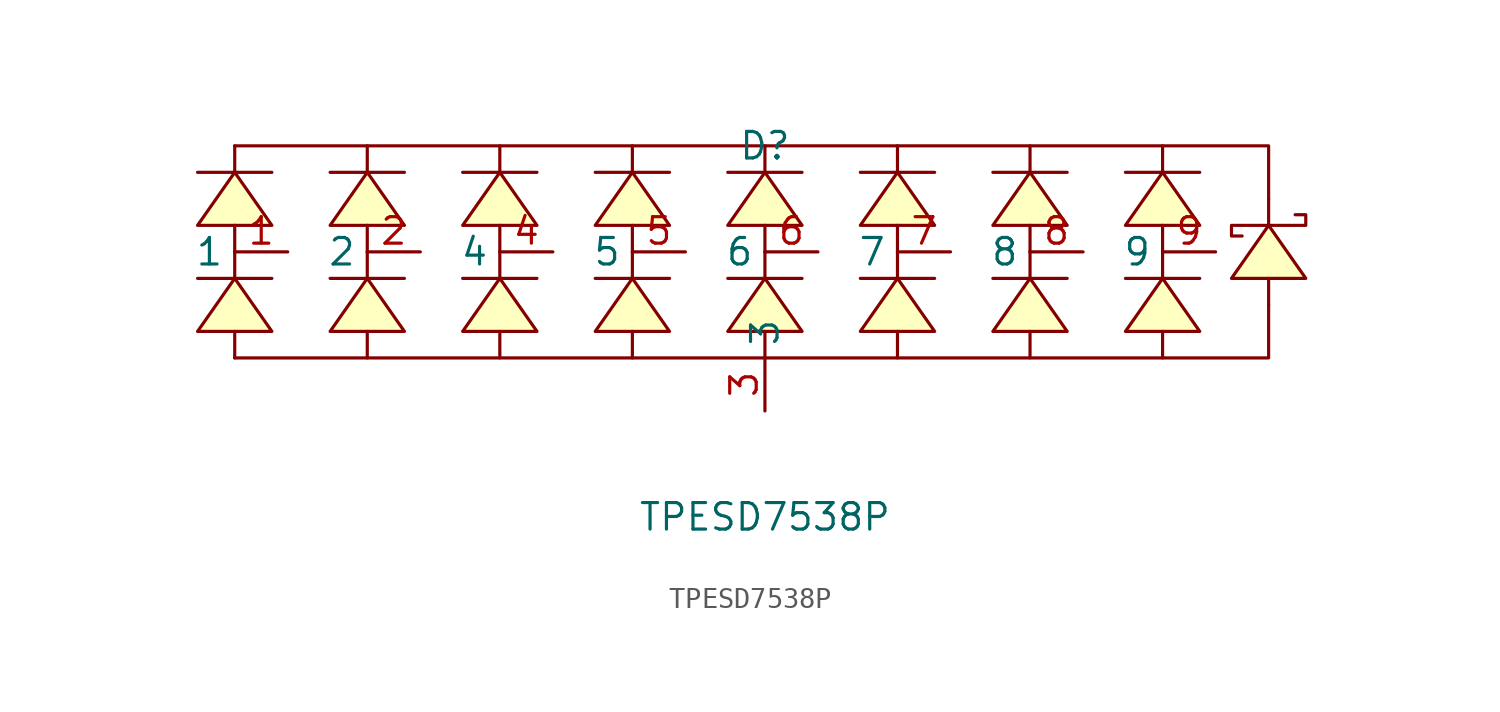
<source format=kicad_sym>
(kicad_symbol_lib
  (version 20220914)
  (generator https://github.com/uPesy/easyeda2kicad.py)
  (symbol "TPESD7538P"
    (property "Reference" "D"
      (at 0 7.62 0)
      (effects (font (size 1.27 1.27))))
    (property "Value" "TPESD7538P"
      (at 0 -10.16 0)
      (effects (font (size 1.27 1.27))))
    (symbol "TPESD7538P_0_1"
      (polyline (pts (xy -27.18 6.35) (xy -23.62 6.35)) (stroke (width 0) (type default)) (fill (type none)))
      (polyline (pts (xy -25.4 -2.54) (xy -25.4 -1.27)) (stroke (width 0) (type default)) (fill (type none)))
      (polyline (pts (xy -25.4 1.27) (xy -25.4 2.54)) (stroke (width 0) (type default)) (fill (type none)))
      (polyline (pts (xy -25.4 3.81) (xy -25.4 2.54)) (stroke (width 0) (type default)) (fill (type none)))
      (polyline (pts (xy -25.4 7.62) (xy -25.4 6.35)) (stroke (width 0) (type default)) (fill (type none)))
      (polyline (pts (xy -23.62 1.27) (xy -27.18 1.27)) (stroke (width 0) (type default)) (fill (type none)))
      (polyline (pts (xy -20.83 6.35) (xy -17.27 6.35)) (stroke (width 0) (type default)) (fill (type none)))
      (polyline (pts (xy -19.05 -2.54) (xy -19.05 -1.27)) (stroke (width 0) (type default)) (fill (type none)))
      (polyline (pts (xy -19.05 1.27) (xy -19.05 2.54)) (stroke (width 0) (type default)) (fill (type none)))
      (polyline (pts (xy -19.05 3.81) (xy -19.05 2.54)) (stroke (width 0) (type default)) (fill (type none)))
      (polyline (pts (xy -19.05 7.62) (xy -19.05 6.35)) (stroke (width 0) (type default)) (fill (type none)))
      (polyline (pts (xy -17.27 1.27) (xy -20.83 1.27)) (stroke (width 0) (type default)) (fill (type none)))
      (polyline (pts (xy -14.48 6.35) (xy -10.92 6.35)) (stroke (width 0) (type default)) (fill (type none)))
      (polyline (pts (xy -12.7 -2.54) (xy -12.7 -1.27)) (stroke (width 0) (type default)) (fill (type none)))
      (polyline (pts (xy -12.7 1.27) (xy -12.7 2.54)) (stroke (width 0) (type default)) (fill (type none)))
      (polyline (pts (xy -12.7 3.81) (xy -12.7 2.54)) (stroke (width 0) (type default)) (fill (type none)))
      (polyline (pts (xy -12.7 7.62) (xy -12.7 6.35)) (stroke (width 0) (type default)) (fill (type none)))
      (polyline (pts (xy -10.92 1.27) (xy -14.48 1.27)) (stroke (width 0) (type default)) (fill (type none)))
      (polyline (pts (xy -8.13 6.35) (xy -4.57 6.35)) (stroke (width 0) (type default)) (fill (type none)))
      (polyline (pts (xy -6.35 -2.54) (xy -6.35 -1.27)) (stroke (width 0) (type default)) (fill (type none)))
      (polyline (pts (xy -6.35 1.27) (xy -6.35 2.54)) (stroke (width 0) (type default)) (fill (type none)))
      (polyline (pts (xy -6.35 3.81) (xy -6.35 2.54)) (stroke (width 0) (type default)) (fill (type none)))
      (polyline (pts (xy -6.35 7.62) (xy -6.35 6.35)) (stroke (width 0) (type default)) (fill (type none)))
      (polyline (pts (xy -4.57 1.27) (xy -8.13 1.27)) (stroke (width 0) (type default)) (fill (type none)))
      (polyline (pts (xy -1.78 6.35) (xy 1.78 6.35)) (stroke (width 0) (type default)) (fill (type none)))
      (polyline (pts (xy 0 -2.54) (xy 0 -1.27)) (stroke (width 0) (type default)) (fill (type none)))
      (polyline (pts (xy 0 1.27) (xy 0 2.54)) (stroke (width 0) (type default)) (fill (type none)))
      (polyline (pts (xy 0 3.81) (xy 0 2.54)) (stroke (width 0) (type default)) (fill (type none)))
      (polyline (pts (xy 0 7.62) (xy 0 6.35)) (stroke (width 0) (type default)) (fill (type none)))
      (polyline (pts (xy 1.78 1.27) (xy -1.78 1.27)) (stroke (width 0) (type default)) (fill (type none)))
      (polyline (pts (xy 4.57 6.35) (xy 8.13 6.35)) (stroke (width 0) (type default)) (fill (type none)))
      (polyline (pts (xy 6.35 -2.54) (xy 6.35 -1.27)) (stroke (width 0) (type default)) (fill (type none)))
      (polyline (pts (xy 6.35 1.27) (xy 6.35 2.54)) (stroke (width 0) (type default)) (fill (type none)))
      (polyline (pts (xy 6.35 3.81) (xy 6.35 2.54)) (stroke (width 0) (type default)) (fill (type none)))
      (polyline (pts (xy 6.35 7.62) (xy 6.35 6.35)) (stroke (width 0) (type default)) (fill (type none)))
      (polyline (pts (xy 8.13 1.27) (xy 4.57 1.27)) (stroke (width 0) (type default)) (fill (type none)))
      (polyline (pts (xy 10.92 6.35) (xy 14.48 6.35)) (stroke (width 0) (type default)) (fill (type none)))
      (polyline (pts (xy 12.7 -2.54) (xy 12.7 -1.27)) (stroke (width 0) (type default)) (fill (type none)))
      (polyline (pts (xy 12.7 1.27) (xy 12.7 2.54)) (stroke (width 0) (type default)) (fill (type none)))
      (polyline (pts (xy 12.7 3.81) (xy 12.7 2.54)) (stroke (width 0) (type default)) (fill (type none)))
      (polyline (pts (xy 12.7 7.62) (xy 12.7 6.35)) (stroke (width 0) (type default)) (fill (type none)))
      (polyline (pts (xy 14.48 1.27) (xy 10.92 1.27)) (stroke (width 0) (type default)) (fill (type none)))
      (polyline (pts (xy 17.27 6.35) (xy 20.83 6.35)) (stroke (width 0) (type default)) (fill (type none)))
      (polyline (pts (xy 19.05 -2.54) (xy 19.05 -1.27)) (stroke (width 0) (type default)) (fill (type none)))
      (polyline (pts (xy 19.05 1.27) (xy 19.05 2.54)) (stroke (width 0) (type default)) (fill (type none)))
      (polyline (pts (xy 19.05 3.81) (xy 19.05 2.54)) (stroke (width 0) (type default)) (fill (type none)))
      (polyline (pts (xy 19.05 7.62) (xy 19.05 6.35)) (stroke (width 0) (type default)) (fill (type none)))
      (polyline (pts (xy 20.83 1.27) (xy 17.27 1.27)) (stroke (width 0) (type default)) (fill (type none)))
      (polyline (pts (xy 24.13 0) (xy 24.13 1.27)) (stroke (width 0) (type default)) (fill (type none)))
      (polyline (pts (xy 24.13 3.81) (xy 24.13 5.08)) (stroke (width 0) (type default)) (fill (type none)))
      (polyline (pts (xy 24.13 5.08) (xy 24.13 7.62) (xy -25.4 7.62)) (stroke (width 0) (type default)) (fill (type none)))
      (polyline (pts (xy -27.18 3.81) (xy -25.4 6.35) (xy -23.62 3.81) (xy -27.18 3.81)) (stroke (width 0) (type default)) (fill (type background)))
      (polyline (pts (xy -25.4 -2.54) (xy 24.13 -2.54) (xy 24.13 0) (xy 24.13 0)) (stroke (width 0) (type default)) (fill (type none)))
      (polyline (pts (xy -23.62 -1.27) (xy -25.4 1.27) (xy -27.18 -1.27) (xy -23.62 -1.27)) (stroke (width 0) (type default)) (fill (type background)))
      (polyline (pts (xy -20.83 3.81) (xy -19.05 6.35) (xy -17.27 3.81) (xy -20.83 3.81)) (stroke (width 0) (type default)) (fill (type background)))
      (polyline (pts (xy -17.27 -1.27) (xy -19.05 1.27) (xy -20.83 -1.27) (xy -17.27 -1.27)) (stroke (width 0) (type default)) (fill (type background)))
      (polyline (pts (xy -14.48 3.81) (xy -12.7 6.35) (xy -10.92 3.81) (xy -14.48 3.81)) (stroke (width 0) (type default)) (fill (type background)))
      (polyline (pts (xy -10.92 -1.27) (xy -12.7 1.27) (xy -14.48 -1.27) (xy -10.92 -1.27)) (stroke (width 0) (type default)) (fill (type background)))
      (polyline (pts (xy -8.13 3.81) (xy -6.35 6.35) (xy -4.57 3.81) (xy -8.13 3.81)) (stroke (width 0) (type default)) (fill (type background)))
      (polyline (pts (xy -4.57 -1.27) (xy -6.35 1.27) (xy -8.13 -1.27) (xy -4.57 -1.27)) (stroke (width 0) (type default)) (fill (type background)))
      (polyline (pts (xy -1.78 3.81) (xy 0 6.35) (xy 1.78 3.81) (xy -1.78 3.81)) (stroke (width 0) (type default)) (fill (type background)))
      (polyline (pts (xy 1.78 -1.27) (xy 0 1.27) (xy -1.78 -1.27) (xy 1.78 -1.27)) (stroke (width 0) (type default)) (fill (type background)))
      (polyline (pts (xy 4.57 3.81) (xy 6.35 6.35) (xy 8.13 3.81) (xy 4.57 3.81)) (stroke (width 0) (type default)) (fill (type background)))
      (polyline (pts (xy 8.13 -1.27) (xy 6.35 1.27) (xy 4.57 -1.27) (xy 8.13 -1.27)) (stroke (width 0) (type default)) (fill (type background)))
      (polyline (pts (xy 10.92 3.81) (xy 12.7 6.35) (xy 14.48 3.81) (xy 10.92 3.81)) (stroke (width 0) (type default)) (fill (type background)))
      (polyline (pts (xy 14.48 -1.27) (xy 12.7 1.27) (xy 10.92 -1.27) (xy 14.48 -1.27)) (stroke (width 0) (type default)) (fill (type background)))
      (polyline (pts (xy 17.27 3.81) (xy 19.05 6.35) (xy 20.83 3.81) (xy 17.27 3.81)) (stroke (width 0) (type default)) (fill (type background)))
      (polyline (pts (xy 20.83 -1.27) (xy 19.05 1.27) (xy 17.27 -1.27) (xy 20.83 -1.27)) (stroke (width 0) (type default)) (fill (type background)))
      (polyline (pts (xy 25.91 1.27) (xy 24.13 3.81) (xy 22.35 1.27) (xy 25.91 1.27)) (stroke (width 0) (type default)) (fill (type background)))
      (polyline (pts (xy 25.4 4.32) (xy 25.91 4.32) (xy 25.91 3.81) (xy 22.35 3.81) (xy 22.35 3.3) (xy 22.86 3.3)) (stroke (width 0) (type default)) (fill (type none)))
      (pin unspecified line (at -22.86 2.54 180) (length 2.54) (name "1" (effects (font (size 1.27 1.27)))) (number "1" (effects (font (size 1.27 1.27)))))
      (pin unspecified line (at -16.51 2.54 180) (length 2.54) (name "2" (effects (font (size 1.27 1.27)))) (number "2" (effects (font (size 1.27 1.27)))))
      (pin unspecified line (at 0 -5.08 90) (length 2.54) (name "3" (effects (font (size 1.27 1.27)))) (number "3" (effects (font (size 1.27 1.27)))))
      (pin unspecified line (at -10.16 2.54 180) (length 2.54) (name "4" (effects (font (size 1.27 1.27)))) (number "4" (effects (font (size 1.27 1.27)))))
      (pin unspecified line (at -3.81 2.54 180) (length 2.54) (name "5" (effects (font (size 1.27 1.27)))) (number "5" (effects (font (size 1.27 1.27)))))
      (pin unspecified line (at 2.54 2.54 180) (length 2.54) (name "6" (effects (font (size 1.27 1.27)))) (number "6" (effects (font (size 1.27 1.27)))))
      (pin unspecified line (at 8.89 2.54 180) (length 2.54) (name "7" (effects (font (size 1.27 1.27)))) (number "7" (effects (font (size 1.27 1.27)))))
      (pin unspecified line (at 15.24 2.54 180) (length 2.54) (name "8" (effects (font (size 1.27 1.27)))) (number "8" (effects (font (size 1.27 1.27)))))
      (pin unspecified line (at 21.59 2.54 180) (length 2.54) (name "9" (effects (font (size 1.27 1.27)))) (number "9" (effects (font (size 1.27 1.27))))))))
</source>
